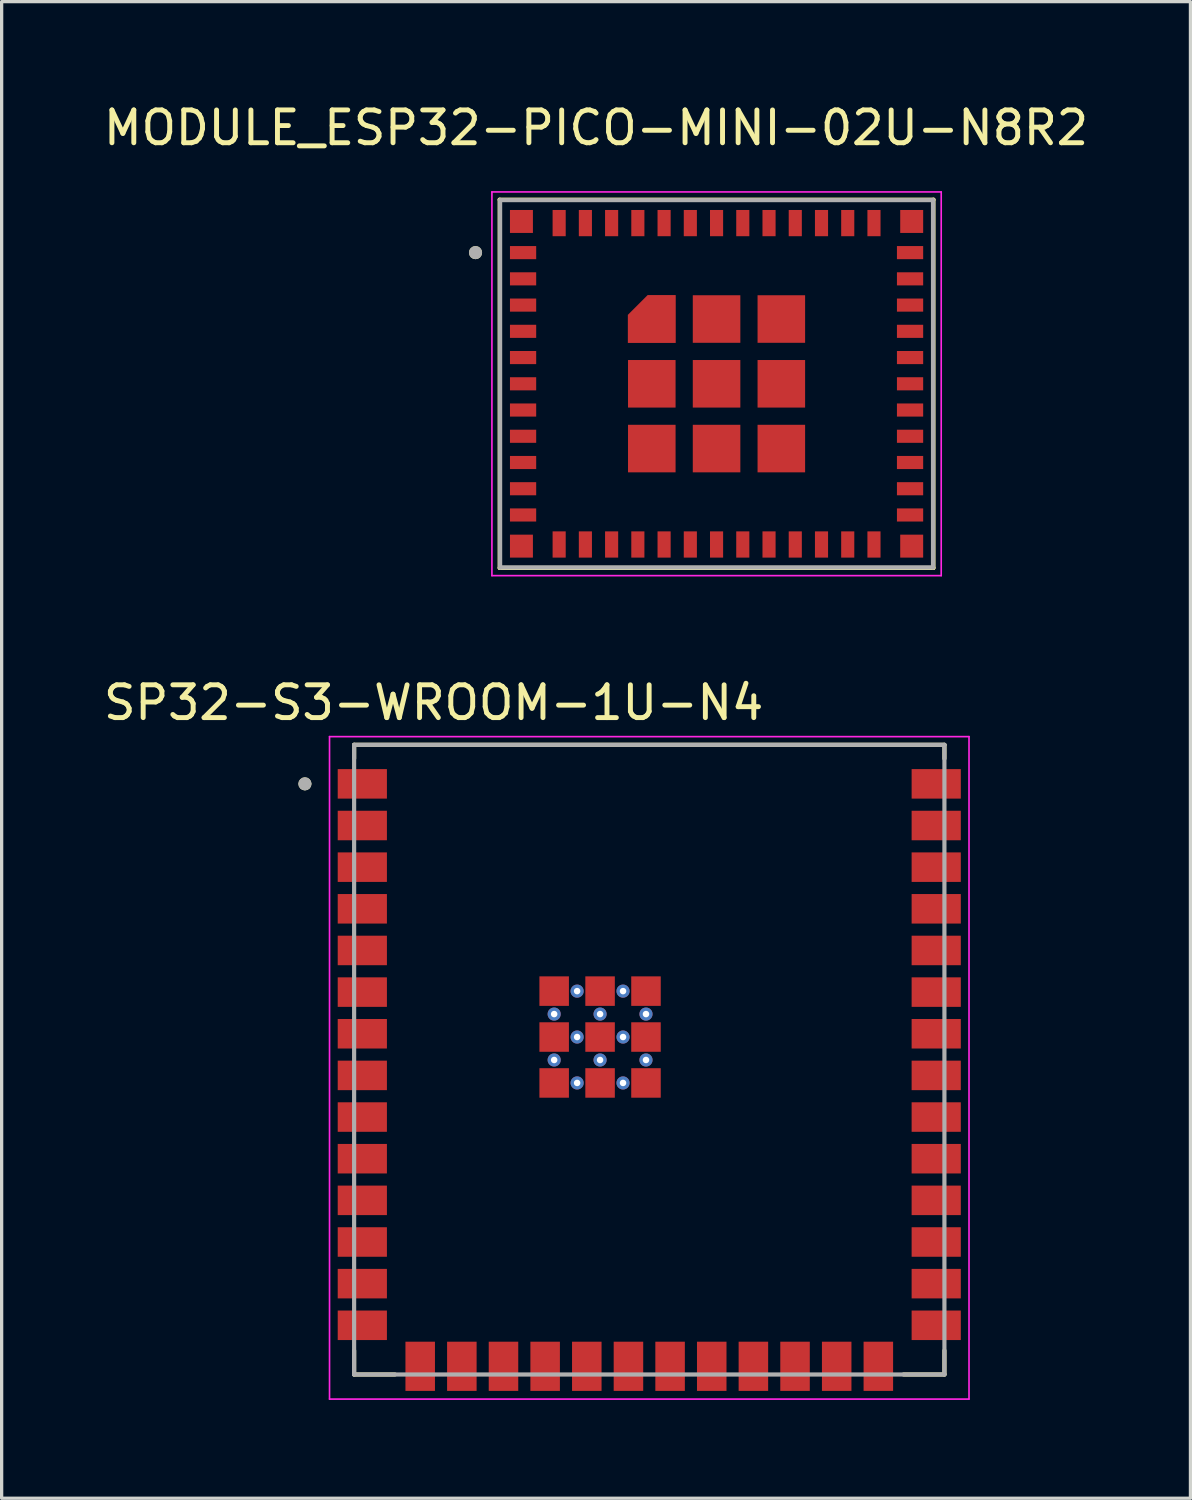
<source format=kicad_pcb>
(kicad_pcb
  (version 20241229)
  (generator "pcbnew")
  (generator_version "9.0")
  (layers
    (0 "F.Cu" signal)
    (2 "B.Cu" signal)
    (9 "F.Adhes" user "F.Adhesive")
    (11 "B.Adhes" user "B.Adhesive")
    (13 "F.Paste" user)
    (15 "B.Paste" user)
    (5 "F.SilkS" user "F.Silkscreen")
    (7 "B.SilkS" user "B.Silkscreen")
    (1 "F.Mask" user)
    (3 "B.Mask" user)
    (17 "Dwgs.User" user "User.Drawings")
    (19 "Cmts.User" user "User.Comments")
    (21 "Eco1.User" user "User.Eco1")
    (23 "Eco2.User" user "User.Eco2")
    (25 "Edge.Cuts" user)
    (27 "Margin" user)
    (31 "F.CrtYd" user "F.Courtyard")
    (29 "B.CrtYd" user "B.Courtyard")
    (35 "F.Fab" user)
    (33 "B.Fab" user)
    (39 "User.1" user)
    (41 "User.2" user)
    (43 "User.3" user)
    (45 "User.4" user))
  (footprint "SP32-S3-WROOM-1U-N4"
    (layer "F.Cu")
    (at 16.748 29.262)
    (property "Reference" "SP32-S3-WROOM-1U-N4" (at -6.575 -10.885 0) (layer "F.SilkS") (effects (font (size 1 1) (thickness 0.15))))
    (attr smd)
    (fp_line (start -9 -9.6) (end 9 -9.6) (stroke (width 0.127) (type solid)) (layer "F.SilkS"))
    (fp_line (start -9 -9.18) (end -9 -9.6) (stroke (width 0.127) (type solid)) (layer "F.SilkS"))
    (fp_line (start -9 9.6) (end -9 8.87) (stroke (width 0.127) (type solid)) (layer "F.SilkS"))
    (fp_line (start -7.755 9.6) (end -9 9.6) (stroke (width 0.127) (type solid)) (layer "F.SilkS"))
    (fp_line (start 9 -9.6) (end 9 -9.18) (stroke (width 0.127) (type solid)) (layer "F.SilkS"))
    (fp_line (start 9 9.6) (end 7.755 9.6) (stroke (width 0.127) (type solid)) (layer "F.SilkS"))
    (fp_line (start 9 9.6) (end 9 8.87) (stroke (width 0.127) (type solid)) (layer "F.SilkS"))
    (fp_circle (center -10.5 -8.41) (end -10.4 -8.41) (stroke (width 0.2) (type solid)) (fill no) (layer "F.SilkS"))
    (fp_line (start -9.75 -9.85) (end -9.75 10.35) (stroke (width 0.05) (type solid)) (layer "F.CrtYd"))
    (fp_line (start -9.75 10.35) (end 9.75 10.35) (stroke (width 0.05) (type solid)) (layer "F.CrtYd"))
    (fp_line (start 9.75 -9.85) (end -9.75 -9.85) (stroke (width 0.05) (type solid)) (layer "F.CrtYd"))
    (fp_line (start 9.75 10.35) (end 9.75 -9.85) (stroke (width 0.05) (type solid)) (layer "F.CrtYd"))
    (fp_line (start -9 -9.6) (end 9 -9.6) (stroke (width 0.127) (type solid)) (layer "F.Fab"))
    (fp_line (start -9 9.6) (end -9 -9.6) (stroke (width 0.127) (type solid)) (layer "F.Fab"))
    (fp_line (start 9 -9.6) (end 9 9.6) (stroke (width 0.127) (type solid)) (layer "F.Fab"))
    (fp_line (start 9 9.6) (end -9 9.6) (stroke (width 0.127) (type solid)) (layer "F.Fab"))
    (fp_circle (center -10.5 -8.41) (end -10.4 -8.41) (stroke (width 0.2) (type solid)) (fill no) (layer "F.Fab"))
    (pad "1" smd rect (at -8.75 -8.41) (size 1.5 0.9) (layers "F.Cu" "F.Mask" "F.Paste"))
    (pad "2" smd rect (at -8.75 -7.14) (size 1.5 0.9) (layers "F.Cu" "F.Mask" "F.Paste"))
    (pad "3" smd rect (at -8.75 -5.87) (size 1.5 0.9) (layers "F.Cu" "F.Mask" "F.Paste"))
    (pad "4" smd rect (at -8.75 -4.6) (size 1.5 0.9) (layers "F.Cu" "F.Mask" "F.Paste"))
    (pad "5" smd rect (at -8.75 -3.33) (size 1.5 0.9) (layers "F.Cu" "F.Mask" "F.Paste"))
    (pad "6" smd rect (at -8.75 -2.06) (size 1.5 0.9) (layers "F.Cu" "F.Mask" "F.Paste"))
    (pad "7" smd rect (at -8.75 -0.79) (size 1.5 0.9) (layers "F.Cu" "F.Mask" "F.Paste"))
    (pad "8" smd rect (at -8.75 0.48) (size 1.5 0.9) (layers "F.Cu" "F.Mask" "F.Paste"))
    (pad "9" smd rect (at -8.75 1.75) (size 1.5 0.9) (layers "F.Cu" "F.Mask" "F.Paste"))
    (pad "10" smd rect (at -8.75 3.02) (size 1.5 0.9) (layers "F.Cu" "F.Mask" "F.Paste"))
    (pad "11" smd rect (at -8.75 4.29) (size 1.5 0.9) (layers "F.Cu" "F.Mask" "F.Paste"))
    (pad "12" smd rect (at -8.75 5.56) (size 1.5 0.9) (layers "F.Cu" "F.Mask" "F.Paste"))
    (pad "13" smd rect (at -8.75 6.83) (size 1.5 0.9) (layers "F.Cu" "F.Mask" "F.Paste"))
    (pad "14" smd rect (at -8.75 8.1) (size 1.5 0.9) (layers "F.Cu" "F.Mask" "F.Paste"))
    (pad "15" smd rect (at -6.985 9.35) (size 0.9 1.5) (layers "F.Cu" "F.Mask" "F.Paste"))
    (pad "16" smd rect (at -5.715 9.35) (size 0.9 1.5) (layers "F.Cu" "F.Mask" "F.Paste"))
    (pad "17" smd rect (at -4.445 9.35) (size 0.9 1.5) (layers "F.Cu" "F.Mask" "F.Paste"))
    (pad "18" smd rect (at -3.175 9.35) (size 0.9 1.5) (layers "F.Cu" "F.Mask" "F.Paste"))
    (pad "19" smd rect (at -1.905 9.35) (size 0.9 1.5) (layers "F.Cu" "F.Mask" "F.Paste"))
    (pad "20" smd rect (at -0.635 9.35) (size 0.9 1.5) (layers "F.Cu" "F.Mask" "F.Paste"))
    (pad "21" smd rect (at 0.635 9.35) (size 0.9 1.5) (layers "F.Cu" "F.Mask" "F.Paste"))
    (pad "22" smd rect (at 1.905 9.35) (size 0.9 1.5) (layers "F.Cu" "F.Mask" "F.Paste"))
    (pad "23" smd rect (at 3.175 9.35) (size 0.9 1.5) (layers "F.Cu" "F.Mask" "F.Paste"))
    (pad "24" smd rect (at 4.445 9.35) (size 0.9 1.5) (layers "F.Cu" "F.Mask" "F.Paste"))
    (pad "25" smd rect (at 5.715 9.35) (size 0.9 1.5) (layers "F.Cu" "F.Mask" "F.Paste"))
    (pad "26" smd rect (at 6.985 9.35) (size 0.9 1.5) (layers "F.Cu" "F.Mask" "F.Paste"))
    (pad "27" smd rect (at 8.75 8.1) (size 1.5 0.9) (layers "F.Cu" "F.Mask" "F.Paste"))
    (pad "28" smd rect (at 8.75 6.83) (size 1.5 0.9) (layers "F.Cu" "F.Mask" "F.Paste"))
    (pad "29" smd rect (at 8.75 5.56) (size 1.5 0.9) (layers "F.Cu" "F.Mask" "F.Paste"))
    (pad "30" smd rect (at 8.75 4.29) (size 1.5 0.9) (layers "F.Cu" "F.Mask" "F.Paste"))
    (pad "31" smd rect (at 8.75 3.02) (size 1.5 0.9) (layers "F.Cu" "F.Mask" "F.Paste"))
    (pad "32" smd rect (at 8.75 1.75) (size 1.5 0.9) (layers "F.Cu" "F.Mask" "F.Paste"))
    (pad "33" smd rect (at 8.75 0.48) (size 1.5 0.9) (layers "F.Cu" "F.Mask" "F.Paste"))
    (pad "34" smd rect (at 8.75 -0.79) (size 1.5 0.9) (layers "F.Cu" "F.Mask" "F.Paste"))
    (pad "35" smd rect (at 8.75 -2.06) (size 1.5 0.9) (layers "F.Cu" "F.Mask" "F.Paste"))
    (pad "36" smd rect (at 8.75 -3.33) (size 1.5 0.9) (layers "F.Cu" "F.Mask" "F.Paste"))
    (pad "37" smd rect (at 8.75 -4.6) (size 1.5 0.9) (layers "F.Cu" "F.Mask" "F.Paste"))
    (pad "38" smd rect (at 8.75 -5.87) (size 1.5 0.9) (layers "F.Cu" "F.Mask" "F.Paste"))
    (pad "39" smd rect (at 8.75 -7.14) (size 1.5 0.9) (layers "F.Cu" "F.Mask" "F.Paste"))
    (pad "40" smd rect (at 8.75 -8.41) (size 1.5 0.9) (layers "F.Cu" "F.Mask" "F.Paste"))
    (pad "41_1" smd rect (at -2.9 -2.09) (size 0.9 0.9) (layers "F.Cu" "F.Mask" "F.Paste"))
    (pad "41_2" smd rect (at -1.5 -2.09) (size 0.9 0.9) (layers "F.Cu" "F.Mask" "F.Paste"))
    (pad "41_3" smd rect (at -0.1 -2.09) (size 0.9 0.9) (layers "F.Cu" "F.Mask" "F.Paste"))
    (pad "41_4" smd rect (at -2.9 -0.69) (size 0.9 0.9) (layers "F.Cu" "F.Mask" "F.Paste"))
    (pad "41_5" smd rect (at -1.5 -0.69) (size 0.9 0.9) (layers "F.Cu" "F.Mask" "F.Paste"))
    (pad "41_6" smd rect (at -0.1 -0.69) (size 0.9 0.9) (layers "F.Cu" "F.Mask" "F.Paste"))
    (pad "41_7" smd rect (at -2.9 0.71) (size 0.9 0.9) (layers "F.Cu" "F.Mask" "F.Paste"))
    (pad "41_8" smd rect (at -1.5 0.71) (size 0.9 0.9) (layers "F.Cu" "F.Mask" "F.Paste"))
    (pad "41_9" smd rect (at -0.1 0.71) (size 0.9 0.9) (layers "F.Cu" "F.Mask" "F.Paste"))
    (pad "41_10" thru_hole circle (at -2.2 -2.09) (size 0.4 0.4) (drill 0.2) (layers "*.Cu"))
    (pad "41_11" thru_hole circle (at -0.8 -2.09) (size 0.4 0.4) (drill 0.2) (layers "*.Cu"))
    (pad "41_12" thru_hole circle (at -2.9 -1.39) (size 0.4 0.4) (drill 0.2) (layers "*.Cu"))
    (pad "41_13" thru_hole circle (at -1.5 -1.39) (size 0.4 0.4) (drill 0.2) (layers "*.Cu"))
    (pad "41_14" thru_hole circle (at -0.1 -1.39) (size 0.4 0.4) (drill 0.2) (layers "*.Cu"))
    (pad "41_15" thru_hole circle (at -2.2 -0.69) (size 0.4 0.4) (drill 0.2) (layers "*.Cu"))
    (pad "41_16" thru_hole circle (at -0.8 -0.69) (size 0.4 0.4) (drill 0.2) (layers "*.Cu"))
    (pad "41_17" thru_hole circle (at -2.9 0.01) (size 0.4 0.4) (drill 0.2) (layers "*.Cu"))
    (pad "41_18" thru_hole circle (at -1.5 0.01) (size 0.4 0.4) (drill 0.2) (layers "*.Cu"))
    (pad "41_19" thru_hole circle (at -0.1 0.01) (size 0.4 0.4) (drill 0.2) (layers "*.Cu"))
    (pad "41_20" thru_hole circle (at -2.2 0.71) (size 0.4 0.4) (drill 0.2) (layers "*.Cu"))
    (pad "41_21" thru_hole circle (at -0.8 0.71) (size 0.4 0.4) (drill 0.2) (layers "*.Cu")))
  (footprint "MODULE_ESP32-PICO-MINI-02U-N8R2"
    (layer "F.Cu")
    (at 18.8 8.653)
    (property "Reference" "MODULE_ESP32-PICO-MINI-02U-N8R2" (at -3.675 -7.805 0) (layer "F.SilkS") (effects (font (size 1 1) (thickness 0.15))))
    (attr smd)
    (fp_poly (pts (xy -1.15 -1.15) (xy -1.15 -2.8) (xy -2.2 -2.8) (xy -2.8 -2.2) (xy -2.8 -1.15)) (stroke (width 0.01) (type solid)) (fill yes) (layer "F.Mask"))
    (fp_line (start -6.614 -5.614) (end 6.614 -5.614) (stroke (width 0.127) (type solid)) (layer "F.SilkS"))
    (fp_line (start -6.614 5.614) (end -6.614 -5.614) (stroke (width 0.127) (type solid)) (layer "F.SilkS"))
    (fp_line (start 6.614 -5.614) (end 6.614 5.614) (stroke (width 0.127) (type solid)) (layer "F.SilkS"))
    (fp_line (start 6.614 5.614) (end -6.614 5.614) (stroke (width 0.127) (type solid)) (layer "F.SilkS"))
    (fp_circle (center -7.35 -4) (end -7.25 -4) (stroke (width 0.2) (type solid)) (fill no) (layer "F.SilkS"))
    (fp_poly (pts (xy -1.25 -1.25) (xy -1.25 -2.7) (xy -2.1 -2.7) (xy -2.7 -2.1) (xy -2.7 -1.25)) (stroke (width 0.01) (type solid)) (fill yes) (layer "F.Paste"))
    (fp_line (start -6.85 -5.85) (end -6.85 5.85) (stroke (width 0.05) (type solid)) (layer "F.CrtYd"))
    (fp_line (start -6.85 5.85) (end 6.85 5.85) (stroke (width 0.05) (type solid)) (layer "F.CrtYd"))
    (fp_line (start 6.85 -5.85) (end -6.85 -5.85) (stroke (width 0.05) (type solid)) (layer "F.CrtYd"))
    (fp_line (start 6.85 5.85) (end 6.85 -5.85) (stroke (width 0.05) (type solid)) (layer "F.CrtYd"))
    (fp_line (start -6.6 -5.6) (end 6.6 -5.6) (stroke (width 0.127) (type solid)) (layer "F.Fab"))
    (fp_line (start -6.6 5.6) (end -6.6 -5.6) (stroke (width 0.127) (type solid)) (layer "F.Fab"))
    (fp_line (start 6.6 -5.6) (end 6.6 5.6) (stroke (width 0.127) (type solid)) (layer "F.Fab"))
    (fp_line (start 6.6 5.6) (end -6.6 5.6) (stroke (width 0.127) (type solid)) (layer "F.Fab"))
    (fp_circle (center -7.35 -4) (end -7.25 -4) (stroke (width 0.2) (type solid)) (fill no) (layer "F.Fab"))
    (pad "1" smd rect (at -5.9 -4) (size 0.8 0.4) (layers "F.Cu" "F.Mask" "F.Paste"))
    (pad "2" smd rect (at -5.9 -3.2) (size 0.8 0.4) (layers "F.Cu" "F.Mask" "F.Paste"))
    (pad "3" smd rect (at -5.9 -2.4) (size 0.8 0.4) (layers "F.Cu" "F.Mask" "F.Paste"))
    (pad "4" smd rect (at -5.9 -1.6) (size 0.8 0.4) (layers "F.Cu" "F.Mask" "F.Paste"))
    (pad "5" smd rect (at -5.9 -0.8) (size 0.8 0.4) (layers "F.Cu" "F.Mask" "F.Paste"))
    (pad "6" smd rect (at -5.9 0) (size 0.8 0.4) (layers "F.Cu" "F.Mask" "F.Paste"))
    (pad "7" smd rect (at -5.9 0.8) (size 0.8 0.4) (layers "F.Cu" "F.Mask" "F.Paste"))
    (pad "8" smd rect (at -5.9 1.6) (size 0.8 0.4) (layers "F.Cu" "F.Mask" "F.Paste"))
    (pad "9" smd rect (at -5.9 2.4) (size 0.8 0.4) (layers "F.Cu" "F.Mask" "F.Paste"))
    (pad "10" smd rect (at -5.9 3.2) (size 0.8 0.4) (layers "F.Cu" "F.Mask" "F.Paste"))
    (pad "11" smd rect (at -5.9 4) (size 0.8 0.4) (layers "F.Cu" "F.Mask" "F.Paste"))
    (pad "12" smd rect (at -4.8 4.9) (size 0.4 0.8) (layers "F.Cu" "F.Mask" "F.Paste"))
    (pad "13" smd rect (at -4 4.9) (size 0.4 0.8) (layers "F.Cu" "F.Mask" "F.Paste"))
    (pad "14" smd rect (at -3.2 4.9) (size 0.4 0.8) (layers "F.Cu" "F.Mask" "F.Paste"))
    (pad "15" smd rect (at -2.4 4.9) (size 0.4 0.8) (layers "F.Cu" "F.Mask" "F.Paste"))
    (pad "16" smd rect (at -1.6 4.9) (size 0.4 0.8) (layers "F.Cu" "F.Mask" "F.Paste"))
    (pad "17" smd rect (at -0.8 4.9) (size 0.4 0.8) (layers "F.Cu" "F.Mask" "F.Paste"))
    (pad "18" smd rect (at 0 4.9) (size 0.4 0.8) (layers "F.Cu" "F.Mask" "F.Paste"))
    (pad "19" smd rect (at 0.8 4.9) (size 0.4 0.8) (layers "F.Cu" "F.Mask" "F.Paste"))
    (pad "20" smd rect (at 1.6 4.9) (size 0.4 0.8) (layers "F.Cu" "F.Mask" "F.Paste"))
    (pad "21" smd rect (at 2.4 4.9) (size 0.4 0.8) (layers "F.Cu" "F.Mask" "F.Paste"))
    (pad "22" smd rect (at 3.2 4.9) (size 0.4 0.8) (layers "F.Cu" "F.Mask" "F.Paste"))
    (pad "23" smd rect (at 4 4.9) (size 0.4 0.8) (layers "F.Cu" "F.Mask" "F.Paste"))
    (pad "24" smd rect (at 4.8 4.9) (size 0.4 0.8) (layers "F.Cu" "F.Mask" "F.Paste"))
    (pad "25" smd rect (at 5.9 4) (size 0.8 0.4) (layers "F.Cu" "F.Mask" "F.Paste"))
    (pad "26" smd rect (at 5.9 3.2) (size 0.8 0.4) (layers "F.Cu" "F.Mask" "F.Paste"))
    (pad "27" smd rect (at 5.9 2.4) (size 0.8 0.4) (layers "F.Cu" "F.Mask" "F.Paste"))
    (pad "28" smd rect (at 5.9 1.6) (size 0.8 0.4) (layers "F.Cu" "F.Mask" "F.Paste"))
    (pad "29" smd rect (at 5.9 0.8) (size 0.8 0.4) (layers "F.Cu" "F.Mask" "F.Paste"))
    (pad "30" smd rect (at 5.9 0) (size 0.8 0.4) (layers "F.Cu" "F.Mask" "F.Paste"))
    (pad "31" smd rect (at 5.9 -0.8) (size 0.8 0.4) (layers "F.Cu" "F.Mask" "F.Paste"))
    (pad "32" smd rect (at 5.9 -1.6) (size 0.8 0.4) (layers "F.Cu" "F.Mask" "F.Paste"))
    (pad "33" smd rect (at 5.9 -2.4) (size 0.8 0.4) (layers "F.Cu" "F.Mask" "F.Paste"))
    (pad "34" smd rect (at 5.9 -3.2) (size 0.8 0.4) (layers "F.Cu" "F.Mask" "F.Paste"))
    (pad "35" smd rect (at 5.9 -4) (size 0.8 0.4) (layers "F.Cu" "F.Mask" "F.Paste"))
    (pad "36" smd rect (at 4.8 -4.9) (size 0.4 0.8) (layers "F.Cu" "F.Mask" "F.Paste"))
    (pad "37" smd rect (at 4 -4.9) (size 0.4 0.8) (layers "F.Cu" "F.Mask" "F.Paste"))
    (pad "38" smd rect (at 3.2 -4.9) (size 0.4 0.8) (layers "F.Cu" "F.Mask" "F.Paste"))
    (pad "39" smd rect (at 2.4 -4.9) (size 0.4 0.8) (layers "F.Cu" "F.Mask" "F.Paste"))
    (pad "40" smd rect (at 1.6 -4.9) (size 0.4 0.8) (layers "F.Cu" "F.Mask" "F.Paste"))
    (pad "41" smd rect (at 0.8 -4.9) (size 0.4 0.8) (layers "F.Cu" "F.Mask" "F.Paste"))
    (pad "42" smd rect (at 0 -4.9) (size 0.4 0.8) (layers "F.Cu" "F.Mask" "F.Paste"))
    (pad "43" smd rect (at -0.8 -4.9) (size 0.4 0.8) (layers "F.Cu" "F.Mask" "F.Paste"))
    (pad "44" smd rect (at -1.6 -4.9) (size 0.4 0.8) (layers "F.Cu" "F.Mask" "F.Paste"))
    (pad "45" smd rect (at -2.4 -4.9) (size 0.4 0.8) (layers "F.Cu" "F.Mask" "F.Paste"))
    (pad "46" smd rect (at -3.2 -4.9) (size 0.4 0.8) (layers "F.Cu" "F.Mask" "F.Paste"))
    (pad "47" smd rect (at -4 -4.9) (size 0.4 0.8) (layers "F.Cu" "F.Mask" "F.Paste"))
    (pad "48" smd rect (at -4.8 -4.9) (size 0.4 0.8) (layers "F.Cu" "F.Mask" "F.Paste"))
    (pad "49_1" smd rect (at 0 0) (size 1.45 1.45) (layers "F.Cu" "F.Mask" "F.Paste"))
    (pad "49_2" smd rect (at 0 1.975) (size 1.45 1.45) (layers "F.Cu" "F.Mask" "F.Paste"))
    (pad "49_3" smd rect (at 1.975 1.975) (size 1.45 1.45) (layers "F.Cu" "F.Mask" "F.Paste"))
    (pad "49_4" smd rect (at 1.975 0) (size 1.45 1.45) (layers "F.Cu" "F.Mask" "F.Paste"))
    (pad "49_5" smd rect (at 1.975 -1.975) (size 1.45 1.45) (layers "F.Cu" "F.Mask" "F.Paste"))
    (pad "49_6" smd custom (at -1.975 -1.975) (size 0.5 0.5) (layers "F.Cu") (options (anchor rect)) (primitives (gr_poly (pts (xy 0.725 0.725) (xy 0.725 -0.725) (xy -0.125 -0.725) (xy -0.725 -0.125) (xy -0.725 0.725)) (width 0.01) (fill yes))))
    (pad "49_7" smd rect (at -1.975 0) (size 1.45 1.45) (layers "F.Cu" "F.Mask" "F.Paste"))
    (pad "49_8" smd rect (at -1.975 1.975) (size 1.45 1.45) (layers "F.Cu" "F.Mask" "F.Paste"))
    (pad "49_9" smd rect (at 0 -1.975) (size 1.45 1.45) (layers "F.Cu" "F.Mask" "F.Paste"))
    (pad "50" smd rect (at 5.95 -4.95) (size 0.7 0.7) (layers "F.Cu" "F.Mask" "F.Paste"))
    (pad "51" smd rect (at 5.95 4.95) (size 0.7 0.7) (layers "F.Cu" "F.Mask" "F.Paste"))
    (pad "52" smd rect (at -5.95 4.95) (size 0.7 0.7) (layers "F.Cu" "F.Mask" "F.Paste"))
    (pad "53" smd rect (at -5.95 -4.95) (size 0.7 0.7) (layers "F.Cu" "F.Mask" "F.Paste")))
  (gr_rect
    (start -3 -3)
    (end 33.25 42.636)
    (stroke (width 0.1) (type default))
    (fill no)
    (layer "Edge.Cuts")))
</source>
